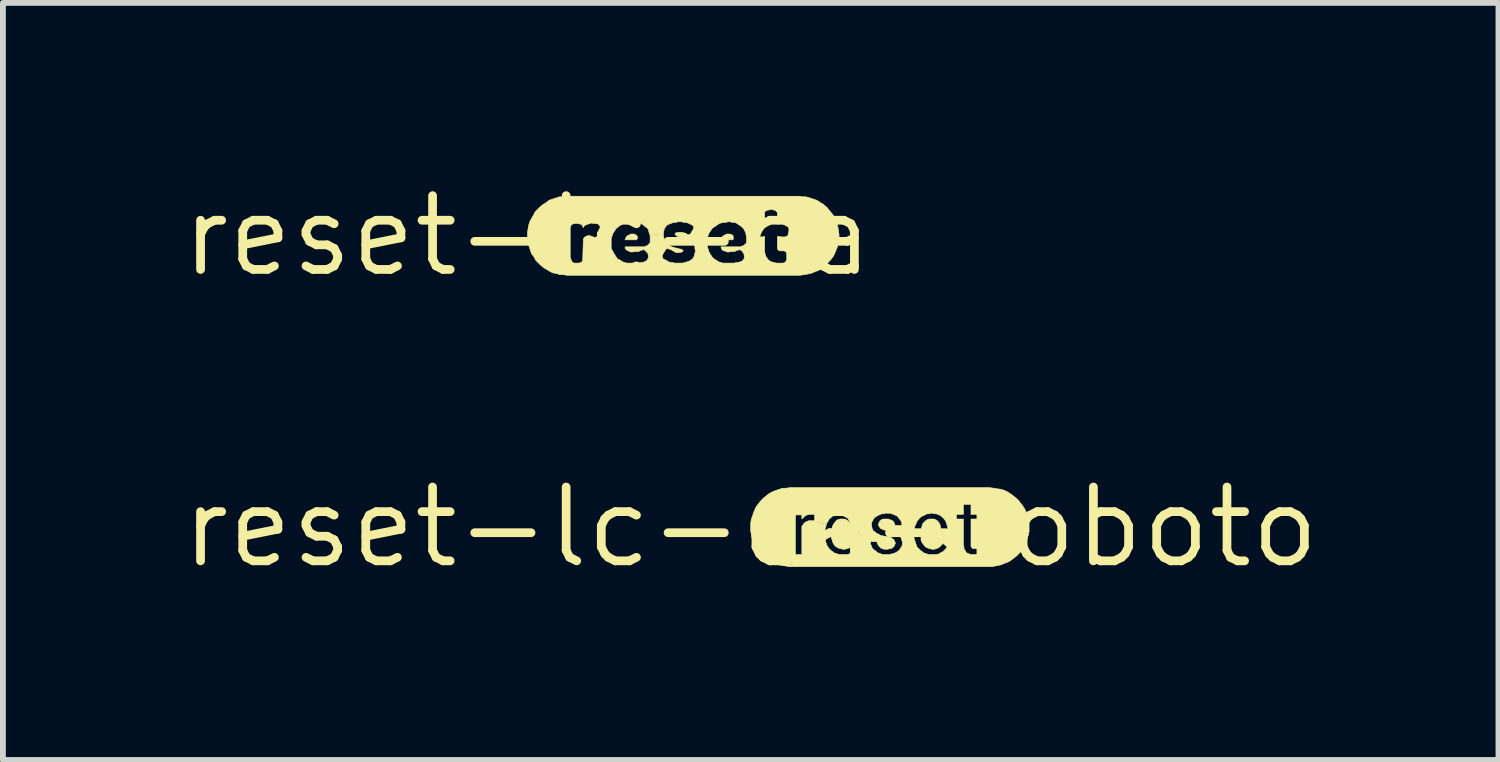
<source format=kicad_pcb>
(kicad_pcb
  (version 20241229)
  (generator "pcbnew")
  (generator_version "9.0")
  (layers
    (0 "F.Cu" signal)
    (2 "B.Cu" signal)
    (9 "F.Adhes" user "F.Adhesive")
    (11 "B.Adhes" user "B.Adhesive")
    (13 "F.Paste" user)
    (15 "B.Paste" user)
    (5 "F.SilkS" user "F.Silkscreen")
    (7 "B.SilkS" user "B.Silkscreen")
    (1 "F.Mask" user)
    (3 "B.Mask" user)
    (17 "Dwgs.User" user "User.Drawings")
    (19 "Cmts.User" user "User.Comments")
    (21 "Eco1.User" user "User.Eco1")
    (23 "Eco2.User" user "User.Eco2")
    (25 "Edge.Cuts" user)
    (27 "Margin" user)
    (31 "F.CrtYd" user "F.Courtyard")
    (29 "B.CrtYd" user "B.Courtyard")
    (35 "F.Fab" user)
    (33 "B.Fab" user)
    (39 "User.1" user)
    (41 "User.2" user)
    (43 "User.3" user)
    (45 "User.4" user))
  (footprint "reset-lc-ca"
    (layer "F.Cu")
    (at 6.025 1.006)
    (property "Reference" "reset-lc-ca" (at 0 0 0) (layer "F.SilkS") (effects (font (size 1.27 1.27) (thickness 0.15))))
    (attr board_only exclude_from_pos_files exclude_from_bom)
    (fp_poly (pts (xy 1.84 0.07) (xy 1.86 0.07) (xy 1.87 0.07) (xy 1.88 0.07) (xy 1.88 0.06) (xy 1.89 0.05) (xy 1.89 0.04) (xy 1.89 0.02) (xy 1.89 0.01) (xy 1.87 -0.01) (xy 1.86 -0.02) (xy 1.83 -0.03) (xy 1.8 -0.03) (xy 1.78 -0.03) (xy 1.76 -0.02) (xy 1.74 -0.01) (xy 1.72 0) (xy 1.7 0.02) (xy 1.69 0.04) (xy 1.68 0.06) (xy 1.68 0.07) (xy 1.84 0.07)) (stroke (width 0.01) (type solid)) (fill yes) (layer "F.SilkS"))
    (fp_poly (pts (xy 3.5 0.07) (xy 3.51 0.07) (xy 3.52 0.07) (xy 3.53 0.07) (xy 3.54 0.06) (xy 3.54 0.05) (xy 3.54 0.04) (xy 3.54 0.02) (xy 3.54 0.01) (xy 3.53 -0.01) (xy 3.51 -0.02) (xy 3.48 -0.03) (xy 3.45 -0.03) (xy 3.43 -0.03) (xy 3.41 -0.02) (xy 3.39 -0.01) (xy 3.37 0) (xy 3.35 0.02) (xy 3.34 0.04) (xy 3.33 0.06) (xy 3.33 0.07) (xy 3.49 0.07) (xy 3.5 0.07)) (stroke (width 0.01) (type solid)) (fill yes) (layer "F.SilkS"))
    (fp_poly (pts (xy 0.68 -0.68) (xy 0.61 -0.67) (xy 0.55 -0.67) (xy 0.49 -0.65) (xy 0.43 -0.63) (xy 0.37 -0.61) (xy 0.32 -0.57) (xy 0.27 -0.54) (xy 0.22 -0.5) (xy 0.17 -0.45) (xy 0.13 -0.41) (xy 0.1 -0.35) (xy 0.07 -0.3) (xy 0.04 -0.24) (xy 0.02 -0.18) (xy 0.01 -0.12) (xy 0 -0.06) (xy 0 0.01) (xy 0 0.07) (xy 0.01 0.13) (xy 0.03 0.19) (xy 0.05 0.25) (xy 0.07 0.31) (xy 0.11 0.36) (xy 0.14 0.42) (xy 0.18 0.46) (xy 0.23 0.51) (xy 0.28 0.55) (xy 0.33 0.58) (xy 0.38 0.61) (xy 0.44 0.64) (xy 0.5 0.65) (xy 0.56 0.67) (xy 0.62 0.67) (xy 0.68 0.68) (xy 0.77 0.46) (xy 0.75 0.45) (xy 0.74 0.44) (xy 0.74 0.43) (xy 0.73 0.41) (xy 0.73 0.39) (xy 0.73 -0.14) (xy 0.74 -0.16) (xy 0.75 -0.18) (xy 0.76 -0.19) (xy 0.77 -0.2) (xy 0.78 -0.2) (xy 0.8 -0.21) (xy 0.86 -0.21) (xy 0.88 -0.21) (xy 0.9 -0.2) (xy 0.93 -0.2) (xy 0.94 -0.18) (xy 0.95 -0.16) (xy 0.96 -0.14) (xy 0.97 -0.16) (xy 0.99 -0.18) (xy 1.04 -0.2) (xy 1.08 -0.21) (xy 1.1 -0.22) (xy 1.14 -0.21) (xy 1.18 -0.21) (xy 1.22 -0.2) (xy 1.24 -0.17) (xy 1.25 -0.16) (xy 1.25 -0.14) (xy 1.25 -0.11) (xy 1.25 -0.08) (xy 1.46 -0.01) (xy 1.47 -0.04) (xy 1.49 -0.07) (xy 1.51 -0.1) (xy 1.53 -0.13) (xy 1.56 -0.15) (xy 1.58 -0.17) (xy 1.62 -0.19) (xy 1.65 -0.21) (xy 1.68 -0.22) (xy 1.72 -0.23) (xy 1.76 -0.23) (xy 1.8 -0.24) (xy 1.83 -0.24) (xy 1.87 -0.23) (xy 1.91 -0.23) (xy 1.94 -0.22) (xy 1.97 -0.2) (xy 2 -0.18) (xy 2.02 -0.16) (xy 2.05 -0.14) (xy 2.07 -0.12) (xy 2.08 -0.1) (xy 2.09 -0.06) (xy 2.1 -0.03) (xy 2.11 -0.01) (xy 2.34 -0.03) (xy 2.34 -0.07) (xy 2.35 -0.1) (xy 2.36 -0.13) (xy 2.38 -0.16) (xy 2.4 -0.18) (xy 2.41 -0.19) (xy 2.44 -0.2) (xy 2.46 -0.21) (xy 2.49 -0.22) (xy 2.52 -0.23) (xy 2.55 -0.23) (xy 2.59 -0.24) (xy 2.66 -0.24) (xy 2.69 -0.23) (xy 2.72 -0.23) (xy 2.76 -0.22) (xy 2.8 -0.2) (xy 2.82 -0.19) (xy 2.84 -0.18) (xy 2.85 -0.17) (xy 2.86 -0.15) (xy 2.86 -0.13) (xy 2.85 -0.11) (xy 2.84 -0.09) (xy 2.82 -0.06) (xy 2.81 -0.04) (xy 2.79 -0.02) (xy 2.78 -0.02) (xy 2.76 -0.02) (xy 2.74 -0.03) (xy 2.7 -0.05) (xy 2.68 -0.05) (xy 2.65 -0.06) (xy 2.62 -0.06) (xy 2.59 -0.06) (xy 2.56 -0.05) (xy 2.55 -0.05) (xy 2.55 -0.04) (xy 2.54 -0.04) (xy 2.54 -0.03) (xy 2.54 -0.02) (xy 2.55 -0.01) (xy 2.56 0) (xy 2.58 0.01) (xy 2.61 0.02) (xy 2.67 0.02) (xy 2.7 0.03) (xy 2.74 0.04) (xy 2.78 0.06) (xy 2.8 0.07) (xy 2.82 0.08) (xy 2.84 0.1) (xy 2.85 0.11) (xy 2.87 0.14) (xy 2.88 0.18) (xy 2.88 0.22) (xy 3.09 0.17) (xy 3.09 0.13) (xy 3.09 0.09) (xy 3.09 0.06) (xy 3.1 0.02) (xy 3.11 -0.01) (xy 3.12 -0.04) (xy 3.14 -0.07) (xy 3.16 -0.1) (xy 3.18 -0.13) (xy 3.21 -0.15) (xy 3.24 -0.17) (xy 3.27 -0.19) (xy 3.3 -0.21) (xy 3.33 -0.22) (xy 3.37 -0.23) (xy 3.41 -0.23) (xy 3.45 -0.24) (xy 3.49 -0.24) (xy 3.52 -0.23) (xy 3.56 -0.23) (xy 3.59 -0.22) (xy 3.62 -0.2) (xy 3.65 -0.18) (xy 3.68 -0.16) (xy 3.7 -0.14) (xy 3.72 -0.12) (xy 3.73 -0.1) (xy 3.75 -0.06) (xy 3.76 -0.03) (xy 3.76 -0.01) (xy 3.96 -0.05) (xy 3.96 -0.09) (xy 3.96 -0.14) (xy 3.96 -0.16) (xy 3.97 -0.18) (xy 4 -0.2) (xy 4.02 -0.21) (xy 4.03 -0.21) (xy 4.08 -0.2) (xy 4.08 -0.38) (xy 4.08 -0.4) (xy 4.09 -0.42) (xy 4.1 -0.43) (xy 4.11 -0.43) (xy 4.12 -0.44) (xy 4.14 -0.44) (xy 4.17 -0.45) (xy 4.2 -0.45) (xy 4.22 -0.45) (xy 4.24 -0.44) (xy 4.26 -0.44) (xy 4.27 -0.43) (xy 4.28 -0.42) (xy 4.29 -0.41) (xy 4.3 -0.4) (xy 4.3 -0.38) (xy 4.3 -0.34) (xy 4.3 -0.2) (xy 4.37 -0.21) (xy 4.42 -0.21) (xy 4.46 -0.2) (xy 4.47 -0.19) (xy 4.48 -0.18) (xy 4.49 -0.16) (xy 4.49 -0.15) (xy 4.5 -0.1) (xy 4.49 -0.05) (xy 4.49 -0.03) (xy 4.48 -0.02) (xy 4.48 0) (xy 4.46 0.01) (xy 4.42 0.02) (xy 4.38 0.02) (xy 4.3 0.01) (xy 4.3 0.2) (xy 4.3 0.22) (xy 4.31 0.24) (xy 4.32 0.25) (xy 4.34 0.26) (xy 4.38 0.26) (xy 4.41 0.26) (xy 4.44 0.27) (xy 4.45 0.28) (xy 4.45 0.29) (xy 4.46 0.31) (xy 4.46 0.35) (xy 4.46 0.4) (xy 4.46 0.42) (xy 4.45 0.43) (xy 4.44 0.45) (xy 4.43 0.46) (xy 4.4 0.47) (xy 4.37 0.47) (xy 4.33 0.47) (xy 4.28 0.47) (xy 4.24 0.46) (xy 4.2 0.45) (xy 4.18 0.44) (xy 4.16 0.43) (xy 4.15 0.42) (xy 4.13 0.4) (xy 4.12 0.38) (xy 4.11 0.37) (xy 4.1 0.35) (xy 4.09 0.32) (xy 4.08 0.28) (xy 4.08 0.23) (xy 4.08 0.01) (xy 4.05 0.02) (xy 4.02 0.02) (xy 4 0.02) (xy 3.99 0.01) (xy 3.98 0) (xy 3.97 -0.01) (xy 3.96 -0.03) (xy 3.96 -0.05) (xy 3.76 -0.01) (xy 3.77 0.02) (xy 3.77 0.12) (xy 3.73 0.16) (xy 3.71 0.17) (xy 3.69 0.18) (xy 3.66 0.19) (xy 3.64 0.19) (xy 3.33 0.19) (xy 3.33 0.2) (xy 3.34 0.22) (xy 3.34 0.23) (xy 3.35 0.24) (xy 3.36 0.25) (xy 3.38 0.26) (xy 3.42 0.27) (xy 3.44 0.28) (xy 3.46 0.28) (xy 3.53 0.27) (xy 3.57 0.27) (xy 3.6 0.25) (xy 3.62 0.25) (xy 3.64 0.24) (xy 3.65 0.24) (xy 3.67 0.25) (xy 3.69 0.26) (xy 3.7 0.28) (xy 3.72 0.3) (xy 3.73 0.35) (xy 3.73 0.36) (xy 3.73 0.38) (xy 3.73 0.39) (xy 3.72 0.4) (xy 3.71 0.42) (xy 3.7 0.43) (xy 3.68 0.44) (xy 3.66 0.45) (xy 3.61 0.46) (xy 3.55 0.47) (xy 3.48 0.47) (xy 3.44 0.47) (xy 3.4 0.47) (xy 3.36 0.47) (xy 3.33 0.46) (xy 3.29 0.45) (xy 3.26 0.43) (xy 3.23 0.41) (xy 3.2 0.39) (xy 3.18 0.37) (xy 3.16 0.34) (xy 3.14 0.31) (xy 3.12 0.27) (xy 3.11 0.24) (xy 3.1 0.2) (xy 3.09 0.17) (xy 2.88 0.22) (xy 2.89 0.26) (xy 2.88 0.3) (xy 2.87 0.34) (xy 2.86 0.37) (xy 2.84 0.4) (xy 2.82 0.41) (xy 2.8 0.43) (xy 2.77 0.44) (xy 2.74 0.45) (xy 2.71 0.46) (xy 2.67 0.47) (xy 2.63 0.47) (xy 2.59 0.47) (xy 2.56 0.47) (xy 2.53 0.47) (xy 2.49 0.46) (xy 2.46 0.46) (xy 2.43 0.45) (xy 2.4 0.43) (xy 2.34 0.4) (xy 2.33 0.39) (xy 2.32 0.37) (xy 2.32 0.35) (xy 2.32 0.33) (xy 2.34 0.3) (xy 2.37 0.25) (xy 2.38 0.23) (xy 2.39 0.23) (xy 2.4 0.22) (xy 2.41 0.22) (xy 2.44 0.23) (xy 2.47 0.24) (xy 2.54 0.28) (xy 2.56 0.29) (xy 2.58 0.29) (xy 2.62 0.29) (xy 2.65 0.28) (xy 2.66 0.28) (xy 2.67 0.27) (xy 2.68 0.26) (xy 2.67 0.25) (xy 2.66 0.24) (xy 2.65 0.23) (xy 2.63 0.23) (xy 2.59 0.22) (xy 2.55 0.21) (xy 2.51 0.2) (xy 2.46 0.18) (xy 2.42 0.16) (xy 2.4 0.14) (xy 2.39 0.12) (xy 2.36 0.08) (xy 2.35 0.05) (xy 2.34 0.01) (xy 2.34 -0.02) (xy 2.11 -0.01) (xy 2.11 0.02) (xy 2.11 0.12) (xy 2.07 0.16) (xy 2.06 0.17) (xy 2.03 0.18) (xy 2.01 0.19) (xy 1.99 0.19) (xy 1.68 0.19) (xy 1.68 0.2) (xy 1.68 0.22) (xy 1.69 0.23) (xy 1.7 0.24) (xy 1.73 0.26) (xy 1.76 0.27) (xy 1.78 0.28) (xy 1.8 0.28) (xy 1.87 0.27) (xy 1.92 0.27) (xy 1.94 0.25) (xy 1.97 0.25) (xy 1.98 0.24) (xy 2 0.24) (xy 2.02 0.25) (xy 2.03 0.26) (xy 2.05 0.28) (xy 2.07 0.3) (xy 2.08 0.35) (xy 2.08 0.36) (xy 2.08 0.38) (xy 2.07 0.39) (xy 2.07 0.4) (xy 2.06 0.42) (xy 2.04 0.43) (xy 2.03 0.44) (xy 2.01 0.45) (xy 1.96 0.46) (xy 1.9 0.47) (xy 1.83 0.47) (xy 1.79 0.47) (xy 1.75 0.47) (xy 1.71 0.47) (xy 1.67 0.46) (xy 1.64 0.45) (xy 1.61 0.43) (xy 1.58 0.41) (xy 1.55 0.4) (xy 1.53 0.37) (xy 1.51 0.34) (xy 1.49 0.31) (xy 1.47 0.27) (xy 1.45 0.24) (xy 1.44 0.2) (xy 1.44 0.17) (xy 1.44 0.13) (xy 1.44 0.09) (xy 1.44 0.06) (xy 1.45 0.02) (xy 1.46 -0.01) (xy 1.25 -0.08) (xy 1.24 -0.04) (xy 1.22 -0.01) (xy 1.21 0.01) (xy 1.2 0.02) (xy 1.18 0.02) (xy 1.17 0.03) (xy 1.16 0.03) (xy 1.13 0.02) (xy 1.1 0.01) (xy 1.08 0) (xy 1.06 0) (xy 1.03 0) (xy 1.01 0.01) (xy 0.99 0.02) (xy 0.97 0.04) (xy 0.96 0.06) (xy 0.96 0.07) (xy 0.96 0.09) (xy 0.95 0.41) (xy 0.95 0.42) (xy 0.94 0.44) (xy 0.93 0.46) (xy 0.91 0.46) (xy 0.89 0.47) (xy 0.86 0.47) (xy 0.83 0.47) (xy 0.8 0.47) (xy 0.77 0.46) (xy 0.68 0.68) (xy 4.68 0.68) (xy 4.76 0.67) (xy 4.81 0.66) (xy 4.87 0.65) (xy 4.92 0.63) (xy 4.97 0.61) (xy 5.02 0.59) (xy 5.06 0.56) (xy 5.11 0.53) (xy 5.15 0.49) (xy 5.18 0.45) (xy 5.22 0.41) (xy 5.25 0.37) (xy 5.28 0.32) (xy 5.3 0.27) (xy 5.32 0.22) (xy 5.34 0.17) (xy 5.35 0.11) (xy 5.36 0.05) (xy 5.36 -0.02) (xy 5.35 -0.09) (xy 5.34 -0.15) (xy 5.32 -0.22) (xy 5.3 -0.28) (xy 5.27 -0.34) (xy 5.23 -0.39) (xy 5.19 -0.44) (xy 5.15 -0.49) (xy 5.09 -0.54) (xy 5.04 -0.57) (xy 4.98 -0.61) (xy 4.92 -0.63) (xy 4.86 -0.65) (xy 4.79 -0.67) (xy 4.74 -0.67) (xy 4.68 -0.68) (xy 0.68 -0.68)) (stroke (width 0.01) (type solid)) (fill yes) (layer "F.SilkS")))
  (footprint "reset-lc-ca-roboto"
    (layer "F.Cu")
    (at 9.865 6.019)
    (property "Reference" "reset-lc-ca-roboto" (at 0 0 0) (layer "F.SilkS") (effects (font (size 1.27 1.27) (thickness 0.15))))
    (attr board_only exclude_from_pos_files exclude_from_bom)
    (fp_poly (pts (xy 1.57 -0.14) (xy 1.54 -0.14) (xy 1.5 -0.13) (xy 1.47 -0.11) (xy 1.45 -0.08) (xy 1.43 -0.06) (xy 1.41 -0.02) (xy 1.4 0.01) (xy 1.4 0.05) (xy 1.73 0.05) (xy 1.73 0.01) (xy 1.72 -0.03) (xy 1.71 -0.06) (xy 1.69 -0.09) (xy 1.67 -0.11) (xy 1.64 -0.13) (xy 1.61 -0.14) (xy 1.57 -0.14)) (stroke (width 0.01) (type solid)) (fill yes) (layer "F.SilkS"))
    (fp_poly (pts (xy 3.11 -0.14) (xy 3.07 -0.14) (xy 3.04 -0.13) (xy 3.01 -0.11) (xy 2.98 -0.08) (xy 2.96 -0.06) (xy 2.95 -0.03) (xy 2.94 0.01) (xy 2.93 0.05) (xy 3.27 0.05) (xy 3.27 0.01) (xy 3.26 -0.03) (xy 3.25 -0.06) (xy 3.23 -0.09) (xy 3.21 -0.11) (xy 3.18 -0.13) (xy 3.15 -0.14) (xy 3.11 -0.14)) (stroke (width 0.01) (type solid)) (fill yes) (layer "F.SilkS"))
    (fp_poly (pts (xy 0.68 -0.68) (xy 0.61 -0.67) (xy 0.55 -0.67) (xy 0.49 -0.65) (xy 0.43 -0.63) (xy 0.38 -0.61) (xy 0.32 -0.58) (xy 0.27 -0.54) (xy 0.22 -0.5) (xy 0.18 -0.46) (xy 0.14 -0.41) (xy 0.1 -0.36) (xy 0.07 -0.3) (xy 0.05 -0.25) (xy 0.03 -0.19) (xy 0.01 -0.13) (xy 0 -0.07) (xy 0 0) (xy 0 0.06) (xy 0.01 0.12) (xy 0.02 0.18) (xy 0.04 0.24) (xy 0.07 0.3) (xy 0.1 0.35) (xy 0.13 0.4) (xy 0.17 0.45) (xy 0.22 0.5) (xy 0.26 0.54) (xy 0.32 0.57) (xy 0.37 0.6) (xy 0.43 0.63) (xy 0.49 0.65) (xy 0.55 0.66) (xy 0.61 0.67) (xy 0.67 0.68) (xy 0.77 0.47) (xy 0.77 -0.21) (xy 0.88 -0.21) (xy 0.88 -0.14) (xy 0.9 -0.16) (xy 0.92 -0.18) (xy 0.95 -0.2) (xy 0.97 -0.21) (xy 1 -0.22) (xy 1.03 -0.22) (xy 1.07 -0.22) (xy 1.09 -0.22) (xy 1.1 -0.22) (xy 1.1 -0.11) (xy 1.3 -0.04) (xy 1.31 -0.07) (xy 1.33 -0.1) (xy 1.34 -0.12) (xy 1.36 -0.15) (xy 1.39 -0.17) (xy 1.41 -0.19) (xy 1.44 -0.2) (xy 1.47 -0.22) (xy 1.5 -0.23) (xy 1.53 -0.23) (xy 1.56 -0.24) (xy 1.59 -0.24) (xy 1.63 -0.23) (xy 1.66 -0.23) (xy 1.68 -0.22) (xy 1.71 -0.21) (xy 1.73 -0.19) (xy 1.75 -0.18) (xy 1.77 -0.16) (xy 1.79 -0.14) (xy 1.81 -0.11) (xy 1.82 -0.09) (xy 1.83 -0.06) (xy 1.84 -0.03) (xy 1.85 0.01) (xy 1.85 0.04) (xy 1.86 0.08) (xy 1.86 0.15) (xy 1.39 0.15) (xy 1.39 0.19) (xy 1.4 0.22) (xy 1.41 0.25) (xy 1.42 0.28) (xy 1.44 0.31) (xy 1.46 0.33) (xy 1.49 0.35) (xy 1.51 0.36) (xy 1.55 0.37) (xy 1.58 0.38) (xy 1.62 0.38) (xy 1.66 0.37) (xy 1.69 0.36) (xy 1.72 0.34) (xy 1.75 0.31) (xy 1.77 0.28) (xy 1.84 0.34) (xy 2.06 0.28) (xy 2.06 0.25) (xy 2.17 0.25) (xy 2.18 0.28) (xy 2.19 0.3) (xy 2.2 0.32) (xy 2.22 0.34) (xy 2.24 0.36) (xy 2.27 0.37) (xy 2.29 0.38) (xy 2.32 0.38) (xy 2.36 0.38) (xy 2.39 0.37) (xy 2.42 0.37) (xy 2.44 0.35) (xy 2.46 0.34) (xy 2.47 0.32) (xy 2.48 0.3) (xy 2.49 0.28) (xy 2.48 0.25) (xy 2.47 0.23) (xy 2.46 0.21) (xy 2.44 0.2) (xy 2.42 0.18) (xy 2.39 0.17) (xy 2.27 0.15) (xy 2.23 0.14) (xy 2.2 0.12) (xy 2.17 0.11) (xy 2.15 0.09) (xy 2.12 0.07) (xy 2.1 0.05) (xy 2.09 0.02) (xy 2.08 -0.01) (xy 2.08 -0.05) (xy 2.08 -0.08) (xy 2.1 -0.11) (xy 2.11 -0.14) (xy 2.14 -0.17) (xy 2.17 -0.19) (xy 2.19 -0.2) (xy 2.21 -0.21) (xy 2.23 -0.22) (xy 2.26 -0.23) (xy 2.29 -0.23) (xy 2.32 -0.24) (xy 2.38 -0.24) (xy 2.43 -0.23) (xy 2.45 -0.22) (xy 2.48 -0.21) (xy 2.5 -0.2) (xy 2.52 -0.19) (xy 2.54 -0.17) (xy 2.55 -0.15) (xy 2.57 -0.13) (xy 2.59 -0.1) (xy 2.6 -0.06) (xy 2.6 -0.03) (xy 2.48 -0.03) (xy 2.48 -0.05) (xy 2.47 -0.07) (xy 2.46 -0.09) (xy 2.44 -0.11) (xy 2.42 -0.12) (xy 2.39 -0.13) (xy 2.37 -0.14) (xy 2.34 -0.14) (xy 2.31 -0.14) (xy 2.28 -0.14) (xy 2.25 -0.13) (xy 2.23 -0.11) (xy 2.22 -0.1) (xy 2.21 -0.08) (xy 2.2 -0.06) (xy 2.2 -0.03) (xy 2.21 -0.01) (xy 2.22 0) (xy 2.23 0.02) (xy 2.25 0.03) (xy 2.3 0.05) (xy 2.4 0.07) (xy 2.46 0.09) (xy 2.51 0.11) (xy 2.54 0.14) (xy 2.56 0.15) (xy 2.58 0.17) (xy 2.59 0.19) (xy 2.6 0.21) (xy 2.6 0.23) (xy 2.61 0.25) (xy 2.82 0.22) (xy 2.81 0.19) (xy 2.81 0.15) (xy 2.81 0.1) (xy 2.81 0.07) (xy 2.82 0.03) (xy 2.82 0) (xy 2.83 -0.03) (xy 2.85 -0.07) (xy 2.86 -0.1) (xy 2.88 -0.12) (xy 2.9 -0.15) (xy 2.92 -0.17) (xy 2.95 -0.19) (xy 2.98 -0.2) (xy 3.01 -0.22) (xy 3.04 -0.23) (xy 3.07 -0.23) (xy 3.1 -0.24) (xy 3.13 -0.24) (xy 3.16 -0.23) (xy 3.19 -0.23) (xy 3.22 -0.22) (xy 3.25 -0.21) (xy 3.27 -0.19) (xy 3.29 -0.18) (xy 3.31 -0.16) (xy 3.33 -0.14) (xy 3.35 -0.11) (xy 3.36 -0.09) (xy 3.37 -0.06) (xy 3.54 -0.14) (xy 3.54 -0.22) (xy 3.66 -0.22) (xy 3.66 -0.39) (xy 3.79 -0.39) (xy 3.79 -0.22) (xy 3.91 -0.22) (xy 3.91 -0.14) (xy 3.79 -0.14) (xy 3.79 0.29) (xy 3.79 0.33) (xy 3.8 0.34) (xy 3.8 0.35) (xy 3.81 0.36) (xy 3.83 0.37) (xy 3.84 0.37) (xy 3.86 0.37) (xy 3.91 0.37) (xy 3.91 0.46) (xy 3.88 0.47) (xy 3.84 0.47) (xy 3.81 0.47) (xy 3.78 0.47) (xy 3.76 0.46) (xy 3.73 0.45) (xy 3.71 0.44) (xy 3.7 0.42) (xy 3.68 0.39) (xy 3.67 0.37) (xy 3.67 0.34) (xy 3.66 0.3) (xy 3.66 -0.14) (xy 3.54 -0.14) (xy 3.37 -0.06) (xy 3.38 -0.03) (xy 3.39 0.01) (xy 3.39 0.04) (xy 3.39 0.08) (xy 3.39 0.15) (xy 2.93 0.15) (xy 2.93 0.19) (xy 2.93 0.22) (xy 2.94 0.25) (xy 2.96 0.28) (xy 2.98 0.31) (xy 3 0.33) (xy 3.02 0.35) (xy 3.05 0.36) (xy 3.08 0.37) (xy 3.12 0.38) (xy 3.16 0.38) (xy 3.19 0.37) (xy 3.22 0.36) (xy 3.25 0.34) (xy 3.28 0.31) (xy 3.31 0.28) (xy 3.38 0.34) (xy 3.36 0.37) (xy 3.33 0.4) (xy 3.31 0.42) (xy 3.27 0.44) (xy 3.24 0.46) (xy 3.2 0.47) (xy 3.17 0.47) (xy 3.12 0.47) (xy 3.09 0.47) (xy 3.06 0.47) (xy 3.03 0.46) (xy 3 0.45) (xy 2.97 0.44) (xy 2.95 0.42) (xy 2.92 0.4) (xy 2.9 0.38) (xy 2.88 0.36) (xy 2.86 0.34) (xy 2.85 0.31) (xy 2.84 0.28) (xy 2.83 0.25) (xy 2.82 0.22) (xy 2.61 0.25) (xy 2.61 0.27) (xy 2.61 0.3) (xy 2.6 0.33) (xy 2.58 0.36) (xy 2.56 0.39) (xy 2.54 0.41) (xy 2.51 0.43) (xy 2.47 0.45) (xy 2.43 0.46) (xy 2.39 0.47) (xy 2.34 0.47) (xy 2.3 0.47) (xy 2.26 0.47) (xy 2.22 0.45) (xy 2.18 0.44) (xy 2.15 0.41) (xy 2.12 0.39) (xy 2.09 0.36) (xy 2.08 0.33) (xy 2.07 0.31) (xy 2.06 0.28) (xy 1.84 0.34) (xy 1.82 0.37) (xy 1.8 0.4) (xy 1.77 0.42) (xy 1.74 0.44) (xy 1.7 0.46) (xy 1.67 0.47) (xy 1.63 0.47) (xy 1.59 0.47) (xy 1.58 0.47) (xy 1.55 0.47) (xy 1.52 0.47) (xy 1.49 0.46) (xy 1.46 0.45) (xy 1.43 0.44) (xy 1.41 0.42) (xy 1.38 0.4) (xy 1.36 0.38) (xy 1.34 0.36) (xy 1.33 0.34) (xy 1.31 0.31) (xy 1.3 0.28) (xy 1.29 0.25) (xy 1.28 0.22) (xy 1.28 0.19) (xy 1.27 0.15) (xy 1.27 0.1) (xy 1.28 0.07) (xy 1.28 0.03) (xy 1.29 0) (xy 1.3 -0.03) (xy 1.1 -0.11) (xy 1.07 -0.11) (xy 1.03 -0.11) (xy 1 -0.11) (xy 0.97 -0.1) (xy 0.95 -0.09) (xy 0.92 -0.07) (xy 0.91 -0.05) (xy 0.89 -0.03) (xy 0.88 -0.01) (xy 0.88 0.47) (xy 0.77 0.47) (xy 0.68 0.68) (xy 4.11 0.68) (xy 4.15 0.68) (xy 4.2 0.67) (xy 4.25 0.66) (xy 4.3 0.65) (xy 4.35 0.63) (xy 4.4 0.61) (xy 4.45 0.59) (xy 4.49 0.56) (xy 4.53 0.53) (xy 4.57 0.5) (xy 4.61 0.46) (xy 4.65 0.42) (xy 4.68 0.37) (xy 4.7 0.33) (xy 4.73 0.28) (xy 4.75 0.23) (xy 4.76 0.18) (xy 4.78 0.13) (xy 4.79 0.07) (xy 4.79 0) (xy 4.79 -0.07) (xy 4.78 -0.13) (xy 4.76 -0.2) (xy 4.74 -0.26) (xy 4.71 -0.32) (xy 4.67 -0.38) (xy 4.63 -0.43) (xy 4.59 -0.48) (xy 4.54 -0.52) (xy 4.49 -0.56) (xy 4.43 -0.6) (xy 4.37 -0.63) (xy 4.31 -0.65) (xy 4.24 -0.66) (xy 4.18 -0.67) (xy 4.11 -0.68) (xy 0.68 -0.68)) (stroke (width 0.01) (type solid)) (fill yes) (layer "F.SilkS")))
  (gr_rect
    (start -3 -3)
    (end 22.73 10.025)
    (stroke (width 0.1) (type default))
    (fill no)
    (layer "Edge.Cuts")))
</source>
